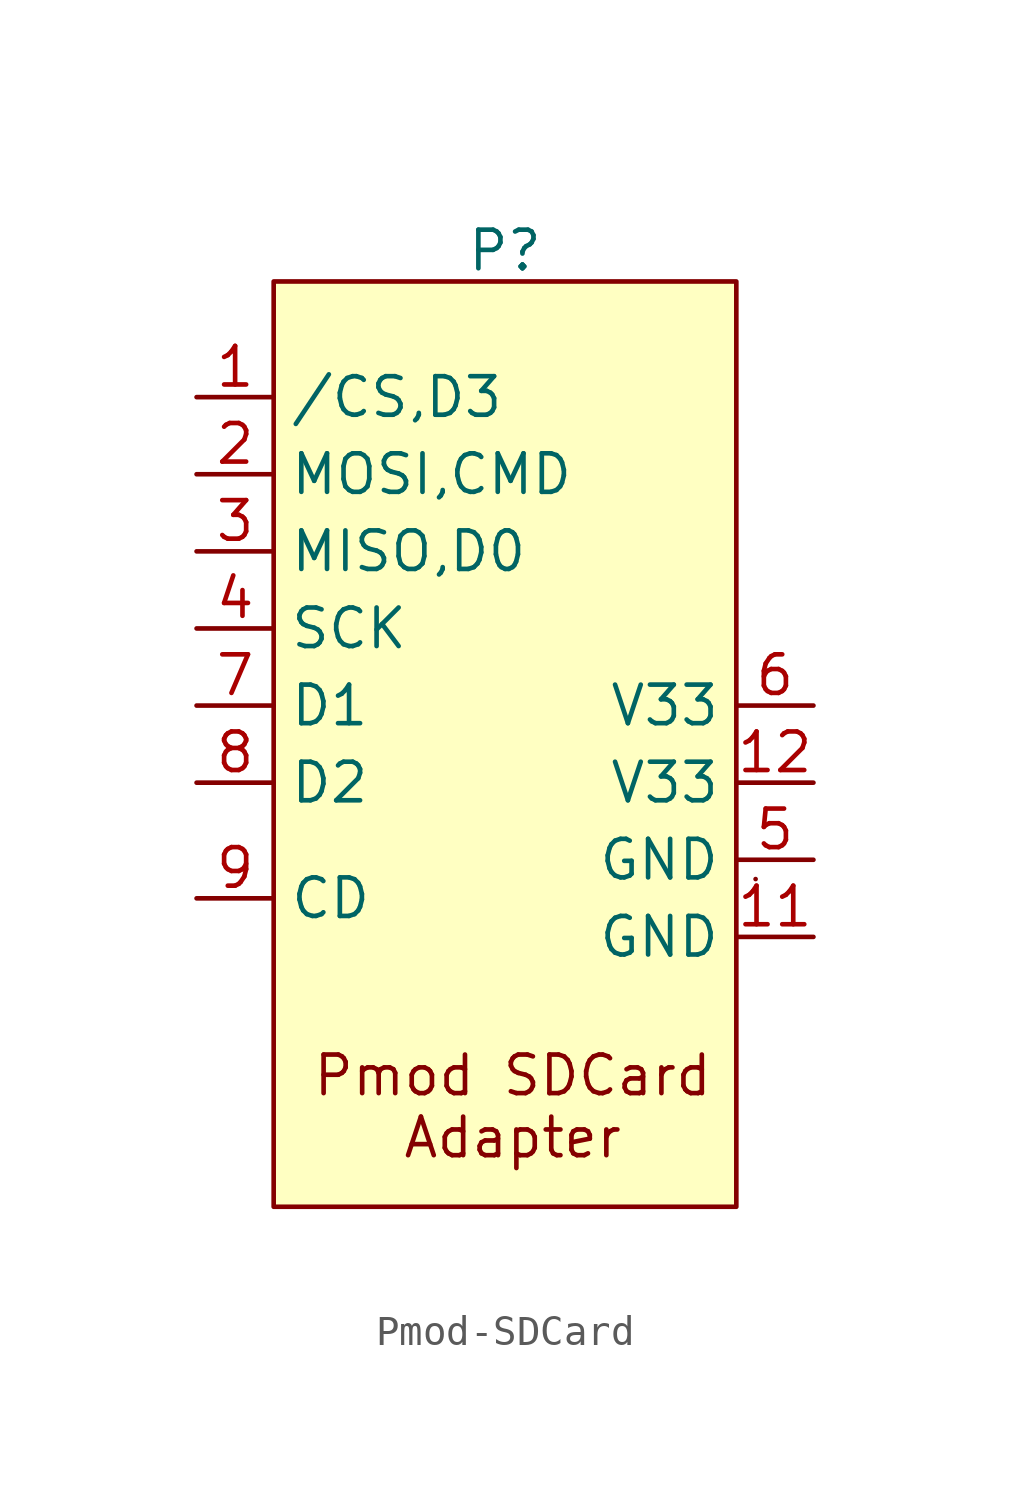
<source format=kicad_sym>
(kicad_symbol_lib
  (version 20231120)
  (generator "kicad_symbol_editor")
  (generator_version "8.0")
  (symbol "Pmod-SDCard"
    (property "Reference" "P"
      (at 0 3.556 0)
      (effects (font (size 1.27 1.27))))
    (property "Value" ""
      (at 0 0 0)
      (effects (font (size 1.27 1.27))))
    (symbol "Pmod-SDCard_0_1"
      (rectangle (start 8.255 -17.145) (end 8.255 -17.145) (stroke (width 0) (type default)) (fill (type none))))
    (symbol "Pmod-SDCard_1_1"
      (rectangle (start -7.62 2.54) (end 7.62 -27.94) (stroke (width 0) (type default)) (fill (type background)))
      (text "Pmod SDCard\nAdapter" (at 0.254 -24.638 0) (effects (font (size 1.27 1.27))))
      (pin bidirectional line (at -10.16 -1.27 0) (length 2.54) (name "/CS,D3" (effects (font (size 1.27 1.27)))) (number "1" (effects (font (size 1.27 1.27)))))
      (pin power_in line (at 10.16 -19.05 180) (length 2.54) (name "GND" (effects (font (size 1.27 1.27)))) (number "11" (effects (font (size 1.27 1.27)))))
      (pin power_in line (at 10.16 -13.97 180) (length 2.54) (name "V33" (effects (font (size 1.27 1.27)))) (number "12" (effects (font (size 1.27 1.27)))))
      (pin input line (at -10.16 -3.81 0) (length 2.54) (name "MOSI,CMD" (effects (font (size 1.27 1.27)))) (number "2" (effects (font (size 1.27 1.27)))))
      (pin bidirectional line (at -10.16 -6.35 0) (length 2.54) (name "MISO,D0" (effects (font (size 1.27 1.27)))) (number "3" (effects (font (size 1.27 1.27)))))
      (pin input line (at -10.16 -8.89 0) (length 2.54) (name "SCK" (effects (font (size 1.27 1.27)))) (number "4" (effects (font (size 1.27 1.27)))))
      (pin power_in line (at 10.16 -16.51 180) (length 2.54) (name "GND" (effects (font (size 1.27 1.27)))) (number "5" (effects (font (size 1.27 1.27)))))
      (pin power_in line (at 10.16 -11.43 180) (length 2.54) (name "V33" (effects (font (size 1.27 1.27)))) (number "6" (effects (font (size 1.27 1.27)))))
      (pin bidirectional line (at -10.16 -11.43 0) (length 2.54) (name "D1" (effects (font (size 1.27 1.27)))) (number "7" (effects (font (size 1.27 1.27)))))
      (pin bidirectional line (at -10.16 -13.97 0) (length 2.54) (name "D2" (effects (font (size 1.27 1.27)))) (number "8" (effects (font (size 1.27 1.27)))))
      (pin output line (at -10.16 -17.78 0) (length 2.54) (name "CD" (effects (font (size 1.27 1.27)))) (number "9" (effects (font (size 1.27 1.27))))))))
</source>
